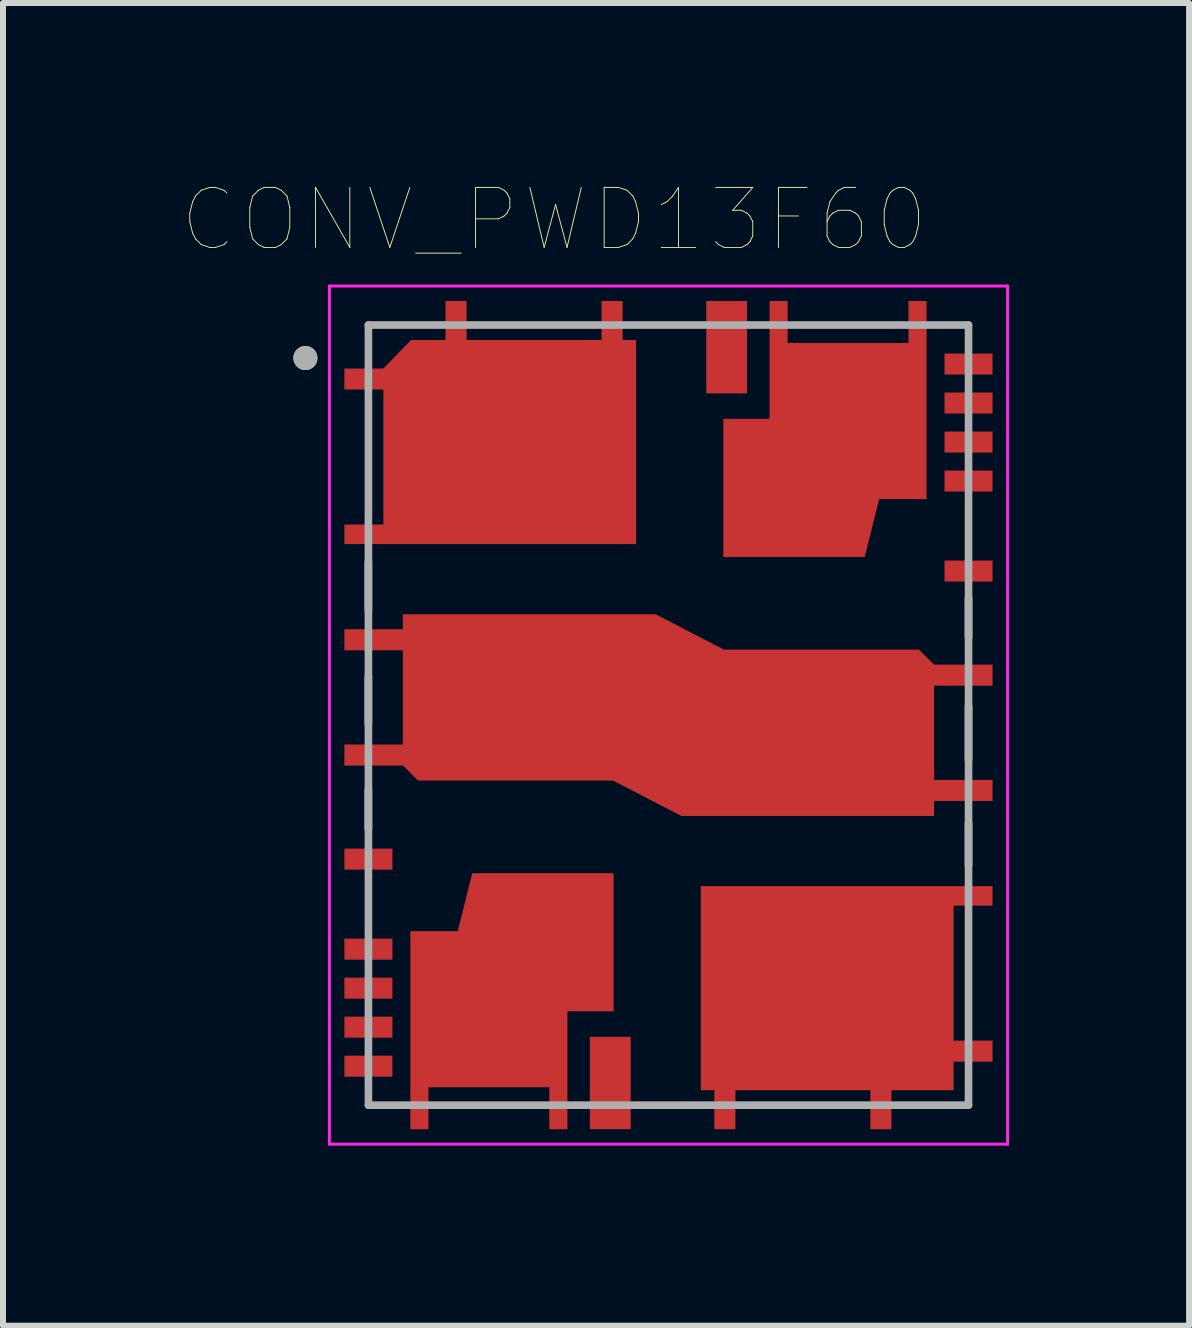
<source format=kicad_pcb>
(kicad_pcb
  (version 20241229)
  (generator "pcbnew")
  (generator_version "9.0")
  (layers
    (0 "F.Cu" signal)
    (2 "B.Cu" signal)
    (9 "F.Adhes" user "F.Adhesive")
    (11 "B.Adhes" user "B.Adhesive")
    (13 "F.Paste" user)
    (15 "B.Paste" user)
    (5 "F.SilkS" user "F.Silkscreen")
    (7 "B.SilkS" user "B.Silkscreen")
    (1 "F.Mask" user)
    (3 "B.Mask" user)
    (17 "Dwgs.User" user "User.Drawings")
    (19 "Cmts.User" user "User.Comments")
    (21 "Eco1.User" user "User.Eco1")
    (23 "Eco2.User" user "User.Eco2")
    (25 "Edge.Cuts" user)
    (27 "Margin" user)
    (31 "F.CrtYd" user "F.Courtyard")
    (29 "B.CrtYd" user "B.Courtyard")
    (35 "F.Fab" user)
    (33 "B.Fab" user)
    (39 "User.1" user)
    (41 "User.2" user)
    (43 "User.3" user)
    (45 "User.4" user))
  (footprint "CONV_PWD13F60"
    (layer "F.Cu")
    (at 8.089 8.866)
    (property "Reference" "CONV_PWD13F60" (at -1.905 -8.255 0) (layer "F.SilkS") (effects (font (size 1 1) (thickness 0.015))))
    (attr through_hole)
    (fp_poly (pts (xy -4.3 6.9) (xy -4.3 3.6) (xy -3.51 3.6) (xy -3.27 2.635) (xy -0.915 2.635) (xy -0.915 4.935) (xy -1.685 4.935) (xy -1.685 6.9) (xy -1.985 6.9) (xy -1.985 6.2) (xy -4 6.2) (xy -4 6.9)) (stroke (width 0.001) (type solid)) (fill yes) (layer "F.Cu"))
    (fp_poly (pts (xy 4.3 -6.9) (xy 4.3 -3.6) (xy 3.51 -3.6) (xy 3.27 -2.635) (xy 0.915 -2.635) (xy 0.915 -4.935) (xy 1.685 -4.935) (xy 1.685 -6.9) (xy 1.985 -6.9) (xy 1.985 -6.2) (xy 4 -6.2) (xy 4 -6.9)) (stroke (width 0.001) (type solid)) (fill yes) (layer "F.Cu"))
    (fp_poly (pts (xy -0.765 -6.9) (xy -0.765 -6.25) (xy -0.54 -6.25) (xy -0.54 -2.85) (xy -5.4 -2.85) (xy -5.4 -3.175) (xy -4.75 -3.175) (xy -4.75 -5.425) (xy -5.4 -5.425) (xy -5.4 -5.775) (xy -4.75 -5.775) (xy -4.29 -6.25) (xy -3.715 -6.25) (xy -3.715 -6.9) (xy -3.365 -6.9) (xy -3.365 -6.25) (xy -1.115 -6.25) (xy -1.115 -6.9)) (stroke (width 0.001) (type solid)) (fill yes) (layer "F.Cu"))
    (fp_poly (pts (xy 0.765 6.9) (xy 0.765 6.25) (xy 0.54 6.25) (xy 0.54 2.85) (xy 5.4 2.85) (xy 5.4 3.175) (xy 4.75 3.175) (xy 4.75 5.425) (xy 5.4 5.425) (xy 5.4 5.775) (xy 4.75 5.775) (xy 4.75 6.25) (xy 3.715 6.25) (xy 3.715 6.9) (xy 3.365 6.9) (xy 3.365 6.25) (xy 1.115 6.25) (xy 1.115 6.9)) (stroke (width 0.001) (type solid)) (fill yes) (layer "F.Cu"))
    (fp_poly (pts (xy -5.4 0.84) (xy -4.425 0.84) (xy -4.175 1.09) (xy -0.925 1.09) (xy 0.215 1.68) (xy 4.425 1.68) (xy 4.425 1.43) (xy 5.4 1.43) (xy 5.4 1.08) (xy 4.425 1.08) (xy 4.425 -0.49) (xy 5.4 -0.49) (xy 5.4 -0.84) (xy 4.425 -0.84) (xy 4.175 -1.09) (xy 0.925 -1.09) (xy -0.215 -1.68) (xy -4.425 -1.68) (xy -4.425 -1.43) (xy -5.4 -1.43) (xy -5.4 -1.08) (xy -4.425 -1.08) (xy -4.425 0.49) (xy -5.4 0.49)) (stroke (width 0.001) (type solid)) (fill yes) (layer "F.Cu"))
    (fp_poly (pts (xy -5.525 -3.3) (xy -4.825 -3.3) (xy -4.825 -2.7) (xy -5.525 -2.7)) (stroke (width 0.01) (type solid)) (fill yes) (layer "F.Mask"))
    (fp_poly (pts (xy -5.5 -1.525) (xy -4.425 -1.525) (xy -4.425 -0.975) (xy -5.5 -0.975)) (stroke (width 0.01) (type solid)) (fill yes) (layer "F.Mask"))
    (fp_poly (pts (xy -5.5 0.4) (xy -4.425 0.4) (xy -4.425 0.95) (xy -5.5 0.95)) (stroke (width 0.01) (type solid)) (fill yes) (layer "F.Mask"))
    (fp_poly (pts (xy -5.5 0.4) (xy -4.425 0.4) (xy -4.425 0.95) (xy -5.5 0.95)) (stroke (width 0.01) (type solid)) (fill yes) (layer "F.Mask"))
    (fp_poly (pts (xy -5.388 -5.963) (xy -4.862 -5.963) (xy -4.862 -5.213) (xy -5.388 -5.213)) (stroke (width 0.01) (type solid)) (fill yes) (layer "F.Mask"))
    (fp_poly (pts (xy -4.85 -6.35) (xy -0.425 -6.35) (xy -0.425 -2.7) (xy -4.85 -2.7)) (stroke (width 0.01) (type solid)) (fill yes) (layer "F.Mask"))
    (fp_poly (pts (xy -4.525 -1.775) (xy -0.9 -1.775) (xy -0.9 1.2) (xy -4.525 1.2)) (stroke (width 0.01) (type solid)) (fill yes) (layer "F.Mask"))
    (fp_poly (pts (xy -4.375 3.525) (xy -3.525 3.525) (xy -3.525 5.025) (xy -4.375 5.025)) (stroke (width 0.01) (type solid)) (fill yes) (layer "F.Mask"))
    (fp_poly (pts (xy -4.375 5) (xy -1.6 5) (xy -1.6 6.325) (xy -4.375 6.325)) (stroke (width 0.01) (type solid)) (fill yes) (layer "F.Mask"))
    (fp_poly (pts (xy -4.375 6.2) (xy -3.925 6.2) (xy -3.925 7) (xy -4.375 7)) (stroke (width 0.01) (type solid)) (fill yes) (layer "F.Mask"))
    (fp_poly (pts (xy -3.8 -7) (xy -3.275 -7) (xy -3.275 -6.25) (xy -3.8 -6.25)) (stroke (width 0.01) (type solid)) (fill yes) (layer "F.Mask"))
    (fp_poly (pts (xy -3.55 2.575) (xy -0.825 2.575) (xy -0.825 5.025) (xy -3.55 5.025)) (stroke (width 0.01) (type solid)) (fill yes) (layer "F.Mask"))
    (fp_poly (pts (xy -2.05 6.2) (xy -1.6 6.2) (xy -1.6 7) (xy -2.05 7)) (stroke (width 0.01) (type solid)) (fill yes) (layer "F.Mask"))
    (fp_poly (pts (xy -1.2 -7) (xy -0.675 -7) (xy -0.675 -6.25) (xy -1.2 -6.25)) (stroke (width 0.01) (type solid)) (fill yes) (layer "F.Mask"))
    (fp_poly (pts (xy -0.9 -1.775) (xy -0.225 -1.775) (xy -0.225 1.1) (xy -0.9 1.1)) (stroke (width 0.01) (type solid)) (fill yes) (layer "F.Mask"))
    (fp_poly (pts (xy 0.2 -1.25) (xy 0.925 -1.25) (xy 0.925 1.825) (xy 0.2 1.825)) (stroke (width 0.01) (type solid)) (fill yes) (layer "F.Mask"))
    (fp_poly (pts (xy 0.425 2.7) (xy 4.85 2.7) (xy 4.85 6.35) (xy 0.425 6.35)) (stroke (width 0.01) (type solid)) (fill yes) (layer "F.Mask"))
    (fp_poly (pts (xy 0.675 6.25) (xy 1.2 6.25) (xy 1.2 7) (xy 0.675 7)) (stroke (width 0.01) (type solid)) (fill yes) (layer "F.Mask"))
    (fp_poly (pts (xy 0.825 -5.025) (xy 3.55 -5.025) (xy 3.55 -2.575) (xy 0.825 -2.575)) (stroke (width 0.01) (type solid)) (fill yes) (layer "F.Mask"))
    (fp_poly (pts (xy 0.925 -1.25) (xy 4.5 -1.25) (xy 4.5 1.825) (xy 0.925 1.825)) (stroke (width 0.01) (type solid)) (fill yes) (layer "F.Mask"))
    (fp_poly (pts (xy 1.6 -7) (xy 2.05 -7) (xy 2.05 -6.2) (xy 1.6 -6.2)) (stroke (width 0.01) (type solid)) (fill yes) (layer "F.Mask"))
    (fp_poly (pts (xy 1.6 -6.325) (xy 4.375 -6.325) (xy 4.375 -5) (xy 1.6 -5)) (stroke (width 0.01) (type solid)) (fill yes) (layer "F.Mask"))
    (fp_poly (pts (xy 3.275 6.25) (xy 3.8 6.25) (xy 3.8 7) (xy 3.275 7)) (stroke (width 0.01) (type solid)) (fill yes) (layer "F.Mask"))
    (fp_poly (pts (xy 3.525 -5.025) (xy 4.375 -5.025) (xy 4.375 -3.525) (xy 3.525 -3.525)) (stroke (width 0.01) (type solid)) (fill yes) (layer "F.Mask"))
    (fp_poly (pts (xy 3.925 -7) (xy 4.375 -7) (xy 4.375 -6.2) (xy 3.925 -6.2)) (stroke (width 0.01) (type solid)) (fill yes) (layer "F.Mask"))
    (fp_poly (pts (xy 4.425 -0.95) (xy 5.5 -0.95) (xy 5.5 -0.4) (xy 4.425 -0.4)) (stroke (width 0.01) (type solid)) (fill yes) (layer "F.Mask"))
    (fp_poly (pts (xy 4.425 0.975) (xy 5.5 0.975) (xy 5.5 1.525) (xy 4.425 1.525)) (stroke (width 0.01) (type solid)) (fill yes) (layer "F.Mask"))
    (fp_poly (pts (xy 4.425 0.975) (xy 5.5 0.975) (xy 5.5 1.525) (xy 4.425 1.525)) (stroke (width 0.01) (type solid)) (fill yes) (layer "F.Mask"))
    (fp_poly (pts (xy 4.825 2.7) (xy 5.525 2.7) (xy 5.525 3.3) (xy 4.825 3.3)) (stroke (width 0.01) (type solid)) (fill yes) (layer "F.Mask"))
    (fp_poly (pts (xy 4.862 5.213) (xy 5.388 5.213) (xy 5.388 5.963) (xy 4.862 5.963)) (stroke (width 0.01) (type solid)) (fill yes) (layer "F.Mask"))
    (fp_poly (pts (xy -0.225 -1.775) (xy 0.925 -1.25) (xy 0.925 1.825) (xy 0.2 1.825) (xy -0.9 1.2) (xy -0.9 -1.775)) (stroke (width 0.001) (type solid)) (fill yes) (layer "F.Mask"))
    (fp_line (start -5 -2.55) (end -5 -1.75) (stroke (width 0.127) (type solid)) (layer "F.SilkS"))
    (fp_line (start -5 -0.65) (end -5 0.15) (stroke (width 0.127) (type solid)) (layer "F.SilkS"))
    (fp_line (start -5 1.25) (end -5 1.9) (stroke (width 0.127) (type solid)) (layer "F.SilkS"))
    (fp_line (start 5 -1.95) (end 5 -1.3) (stroke (width 0.127) (type solid)) (layer "F.SilkS"))
    (fp_line (start 5 -0.15) (end 5 0.75) (stroke (width 0.127) (type solid)) (layer "F.SilkS"))
    (fp_line (start 5 1.8) (end 5 2.5) (stroke (width 0.127) (type solid)) (layer "F.SilkS"))
    (fp_circle (center -6.05 -5.95) (end -5.95 -5.95) (stroke (width 0.2) (type solid)) (fill no) (layer "F.SilkS"))
    (fp_poly (pts (xy -5.4 -5.775) (xy -4.75 -5.775) (xy -4.75 -5.425) (xy -5.4 -5.425)) (stroke (width 0.01) (type solid)) (fill yes) (layer "F.Paste"))
    (fp_poly (pts (xy -5.4 -3.175) (xy -4.75 -3.175) (xy -4.75 -2.85) (xy -5.4 -2.85)) (stroke (width 0.01) (type solid)) (fill yes) (layer "F.Paste"))
    (fp_poly (pts (xy -5.4 -1.43) (xy -4.43 -1.43) (xy -4.43 -1.08) (xy -5.4 -1.08)) (stroke (width 0.01) (type solid)) (fill yes) (layer "F.Paste"))
    (fp_poly (pts (xy -5.4 0.49) (xy -4.43 0.49) (xy -4.43 0.84) (xy -5.4 0.84)) (stroke (width 0.01) (type solid)) (fill yes) (layer "F.Paste"))
    (fp_poly (pts (xy -4.3 6.2) (xy -4 6.2) (xy -4 6.9) (xy -4.3 6.9)) (stroke (width 0.01) (type solid)) (fill yes) (layer "F.Paste"))
    (fp_poly (pts (xy -4.295 -5.79) (xy -2.875 -5.79) (xy -2.875 -4.78) (xy -4.295 -4.78)) (stroke (width 0.01) (type solid)) (fill yes) (layer "F.Paste"))
    (fp_poly (pts (xy -4.295 -4.32) (xy -2.875 -4.32) (xy -2.875 -3.31) (xy -4.295 -3.31)) (stroke (width 0.01) (type solid)) (fill yes) (layer "F.Paste"))
    (fp_poly (pts (xy -4.29 -0.955) (xy -3.06 -0.955) (xy -3.06 0.365) (xy -4.29 0.365)) (stroke (width 0.01) (type solid)) (fill yes) (layer "F.Paste"))
    (fp_poly (pts (xy -3.973 3.915) (xy -3.152 3.915) (xy -3.152 4.74) (xy -3.973 4.74)) (stroke (width 0.01) (type solid)) (fill yes) (layer "F.Paste"))
    (fp_poly (pts (xy -3.973 5.06) (xy -3.152 5.06) (xy -3.152 5.885) (xy -3.973 5.885)) (stroke (width 0.01) (type solid)) (fill yes) (layer "F.Paste"))
    (fp_poly (pts (xy -3.715 -6.9) (xy -3.365 -6.9) (xy -3.365 -6.25) (xy -3.715 -6.25)) (stroke (width 0.01) (type solid)) (fill yes) (layer "F.Paste"))
    (fp_poly (pts (xy -3.105 2.873) (xy -2.175 2.873) (xy -2.175 3.362) (xy -3.105 3.362)) (stroke (width 0.01) (type solid)) (fill yes) (layer "F.Paste"))
    (fp_poly (pts (xy -2.833 3.915) (xy -2.013 3.915) (xy -2.013 4.74) (xy -2.833 4.74)) (stroke (width 0.01) (type solid)) (fill yes) (layer "F.Paste"))
    (fp_poly (pts (xy -2.833 5.06) (xy -2.013 5.06) (xy -2.013 5.885) (xy -2.833 5.885)) (stroke (width 0.01) (type solid)) (fill yes) (layer "F.Paste"))
    (fp_poly (pts (xy -2.82 -0.955) (xy -1.59 -0.955) (xy -1.59 0.365) (xy -2.82 0.365)) (stroke (width 0.01) (type solid)) (fill yes) (layer "F.Paste"))
    (fp_poly (pts (xy -2.415 -5.79) (xy -0.995 -5.79) (xy -0.995 -4.78) (xy -2.415 -4.78)) (stroke (width 0.01) (type solid)) (fill yes) (layer "F.Paste"))
    (fp_poly (pts (xy -2.415 -4.32) (xy -0.995 -4.32) (xy -0.995 -3.31) (xy -2.415 -3.31)) (stroke (width 0.01) (type solid)) (fill yes) (layer "F.Paste"))
    (fp_poly (pts (xy -2.015 2.873) (xy -1.085 2.873) (xy -1.085 3.362) (xy -2.015 3.362)) (stroke (width 0.01) (type solid)) (fill yes) (layer "F.Paste"))
    (fp_poly (pts (xy -1.985 6.2) (xy -1.685 6.2) (xy -1.685 6.9) (xy -1.985 6.9)) (stroke (width 0.01) (type solid)) (fill yes) (layer "F.Paste"))
    (fp_poly (pts (xy -1.509 3.773) (xy -1.091 3.773) (xy -1.091 4.761) (xy -1.509 4.761)) (stroke (width 0.01) (type solid)) (fill yes) (layer "F.Paste"))
    (fp_poly (pts (xy -1.35 -0.955) (xy -0.12 -0.955) (xy -0.12 0.365) (xy -1.35 0.365)) (stroke (width 0.01) (type solid)) (fill yes) (layer "F.Paste"))
    (fp_poly (pts (xy -1.115 -6.9) (xy -0.765 -6.9) (xy -0.765 -6.25) (xy -1.115 -6.25)) (stroke (width 0.01) (type solid)) (fill yes) (layer "F.Paste"))
    (fp_poly (pts (xy 0.12 -0.365) (xy 1.35 -0.365) (xy 1.35 0.955) (xy 0.12 0.955)) (stroke (width 0.01) (type solid)) (fill yes) (layer "F.Paste"))
    (fp_poly (pts (xy 0.765 6.25) (xy 1.115 6.25) (xy 1.115 6.9) (xy 0.765 6.9)) (stroke (width 0.01) (type solid)) (fill yes) (layer "F.Paste"))
    (fp_poly (pts (xy 0.995 3.31) (xy 2.415 3.31) (xy 2.415 4.32) (xy 0.995 4.32)) (stroke (width 0.01) (type solid)) (fill yes) (layer "F.Paste"))
    (fp_poly (pts (xy 0.995 4.78) (xy 2.415 4.78) (xy 2.415 5.79) (xy 0.995 5.79)) (stroke (width 0.01) (type solid)) (fill yes) (layer "F.Paste"))
    (fp_poly (pts (xy 1.085 -3.362) (xy 2.015 -3.362) (xy 2.015 -2.873) (xy 1.085 -2.873)) (stroke (width 0.01) (type solid)) (fill yes) (layer "F.Paste"))
    (fp_poly (pts (xy 1.091 -4.761) (xy 1.509 -4.761) (xy 1.509 -3.773) (xy 1.091 -3.773)) (stroke (width 0.01) (type solid)) (fill yes) (layer "F.Paste"))
    (fp_poly (pts (xy 1.59 -0.365) (xy 2.82 -0.365) (xy 2.82 0.955) (xy 1.59 0.955)) (stroke (width 0.01) (type solid)) (fill yes) (layer "F.Paste"))
    (fp_poly (pts (xy 1.685 -6.9) (xy 1.985 -6.9) (xy 1.985 -6.2) (xy 1.685 -6.2)) (stroke (width 0.01) (type solid)) (fill yes) (layer "F.Paste"))
    (fp_poly (pts (xy 2.013 -5.885) (xy 2.833 -5.885) (xy 2.833 -5.06) (xy 2.013 -5.06)) (stroke (width 0.01) (type solid)) (fill yes) (layer "F.Paste"))
    (fp_poly (pts (xy 2.013 -4.74) (xy 2.833 -4.74) (xy 2.833 -3.915) (xy 2.013 -3.915)) (stroke (width 0.01) (type solid)) (fill yes) (layer "F.Paste"))
    (fp_poly (pts (xy 2.175 -3.362) (xy 3.105 -3.362) (xy 3.105 -2.873) (xy 2.175 -2.873)) (stroke (width 0.01) (type solid)) (fill yes) (layer "F.Paste"))
    (fp_poly (pts (xy 2.875 3.31) (xy 4.295 3.31) (xy 4.295 4.32) (xy 2.875 4.32)) (stroke (width 0.01) (type solid)) (fill yes) (layer "F.Paste"))
    (fp_poly (pts (xy 2.875 4.78) (xy 4.295 4.78) (xy 4.295 5.79) (xy 2.875 5.79)) (stroke (width 0.01) (type solid)) (fill yes) (layer "F.Paste"))
    (fp_poly (pts (xy 3.06 -0.365) (xy 4.29 -0.365) (xy 4.29 0.955) (xy 3.06 0.955)) (stroke (width 0.01) (type solid)) (fill yes) (layer "F.Paste"))
    (fp_poly (pts (xy 3.152 -5.885) (xy 3.973 -5.885) (xy 3.973 -5.06) (xy 3.152 -5.06)) (stroke (width 0.01) (type solid)) (fill yes) (layer "F.Paste"))
    (fp_poly (pts (xy 3.152 -4.74) (xy 3.973 -4.74) (xy 3.973 -3.915) (xy 3.152 -3.915)) (stroke (width 0.01) (type solid)) (fill yes) (layer "F.Paste"))
    (fp_poly (pts (xy 3.365 6.25) (xy 3.715 6.25) (xy 3.715 6.9) (xy 3.365 6.9)) (stroke (width 0.01) (type solid)) (fill yes) (layer "F.Paste"))
    (fp_poly (pts (xy 4 -6.9) (xy 4.3 -6.9) (xy 4.3 -6.2) (xy 4 -6.2)) (stroke (width 0.01) (type solid)) (fill yes) (layer "F.Paste"))
    (fp_poly (pts (xy 4.43 -0.84) (xy 5.4 -0.84) (xy 5.4 -0.49) (xy 4.43 -0.49)) (stroke (width 0.01) (type solid)) (fill yes) (layer "F.Paste"))
    (fp_poly (pts (xy 4.43 1.08) (xy 5.4 1.08) (xy 5.4 1.43) (xy 4.43 1.43)) (stroke (width 0.01) (type solid)) (fill yes) (layer "F.Paste"))
    (fp_poly (pts (xy 4.75 2.85) (xy 5.4 2.85) (xy 5.4 3.175) (xy 4.75 3.175)) (stroke (width 0.01) (type solid)) (fill yes) (layer "F.Paste"))
    (fp_poly (pts (xy 4.75 5.425) (xy 5.4 5.425) (xy 5.4 5.775) (xy 4.75 5.775)) (stroke (width 0.01) (type solid)) (fill yes) (layer "F.Paste"))
    (fp_line (start -5.65 -7.15) (end 5.65 -7.15) (stroke (width 0.05) (type solid)) (layer "F.CrtYd"))
    (fp_line (start -5.65 7.15) (end -5.65 -7.15) (stroke (width 0.05) (type solid)) (layer "F.CrtYd"))
    (fp_line (start 5.65 -7.15) (end 5.65 7.15) (stroke (width 0.05) (type solid)) (layer "F.CrtYd"))
    (fp_line (start 5.65 7.15) (end -5.65 7.15) (stroke (width 0.05) (type solid)) (layer "F.CrtYd"))
    (fp_line (start -5 -6.5) (end 5 -6.5) (stroke (width 0.127) (type solid)) (layer "F.Fab"))
    (fp_line (start -5 6.5) (end -5 -6.5) (stroke (width 0.127) (type solid)) (layer "F.Fab"))
    (fp_line (start 5 -6.5) (end 5 6.5) (stroke (width 0.127) (type solid)) (layer "F.Fab"))
    (fp_line (start 5 6.5) (end -5 6.5) (stroke (width 0.127) (type solid)) (layer "F.Fab"))
    (fp_circle (center -6.05 -5.95) (end -5.95 -5.95) (stroke (width 0.2) (type solid)) (fill no) (layer "F.Fab"))
    (pad "5" smd rect (at -5 2.4) (size 0.8 0.35) (layers "F.Cu" "F.Mask" "F.Paste"))
    (pad "6" smd rect (at -5 3.9) (size 0.8 0.35) (layers "F.Cu" "F.Mask" "F.Paste"))
    (pad "7" smd rect (at -5 4.55) (size 0.8 0.35) (layers "F.Cu" "F.Mask" "F.Paste"))
    (pad "8" smd rect (at -5 5.2) (size 0.8 0.35) (layers "F.Cu" "F.Mask" "F.Paste"))
    (pad "9" smd rect (at -5 5.85) (size 0.8 0.35) (layers "F.Cu" "F.Mask" "F.Paste"))
    (pad "12" smd rect (at -0.97 6.13) (size 0.68 1.54) (layers "F.Cu" "F.Mask" "F.Paste"))
    (pad "19" smd rect (at 5 -2.4) (size 0.8 0.35) (layers "F.Cu" "F.Mask" "F.Paste"))
    (pad "20" smd rect (at 5 -3.9) (size 0.8 0.35) (layers "F.Cu" "F.Mask" "F.Paste"))
    (pad "21" smd rect (at 5 -4.55) (size 0.8 0.35) (layers "F.Cu" "F.Mask" "F.Paste"))
    (pad "22" smd rect (at 5 -5.2) (size 0.8 0.35) (layers "F.Cu" "F.Mask" "F.Paste"))
    (pad "23" smd rect (at 5 -5.85) (size 0.8 0.35) (layers "F.Cu" "F.Mask" "F.Paste"))
    (pad "26" smd rect (at 0.97 -6.13) (size 0.68 1.54) (layers "F.Cu" "F.Mask" "F.Paste"))
    (pad "EPAD1" smd rect (at -2.65 -4.675) (size 1.27 0.635) (layers "F.Cu"))
    (pad "EPAD2" smd rect (at 0.025 -0.025) (size 1.27 0.635) (layers "F.Cu"))
    (pad "EPAD3" smd rect (at -2.9 4.675) (size 1.27 0.635) (layers "F.Cu"))
    (pad "EPAD5" smd rect (at 2.6 4.575) (size 1.27 0.635) (layers "F.Cu"))
    (pad "EPAD6" smd rect (at 2.45 -4.1) (size 1.27 0.635) (layers "F.Cu")))
  (gr_rect
    (start -3 -3)
    (end 16.764 19.041)
    (stroke (width 0.1) (type default))
    (fill no)
    (layer "Edge.Cuts")))
</source>
